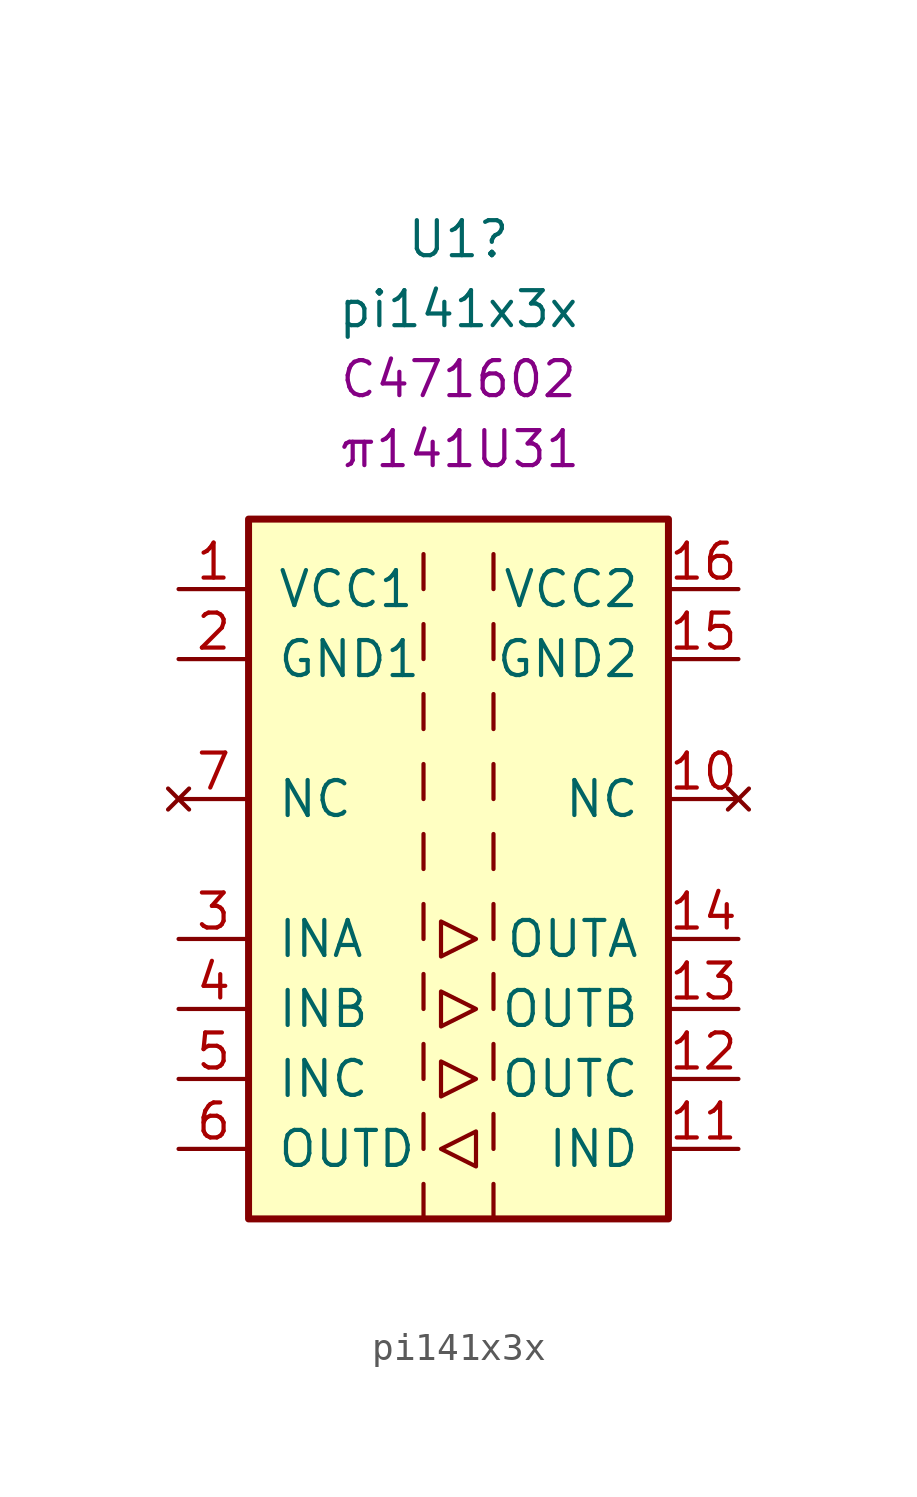
<source format=kicad_sym>
(kicad_symbol_lib
  (version 20211014)
  (generator kicad_symbol_editor)
  (symbol "pi141x3x"
    (pin_names
      (offset 1.016))
    (property "Reference" "U1"
      (at 0 22.86 0)
      (effects (font (size 1.27 1.27))))
    (property "Value" "pi141x3x"
      (at 0 20.32 0)
      (effects (font (size 1.27 1.27))))
    (property "LCSC" "C471602"
      (at 0 17.78 0)
      (effects (font (size 1.27 1.27))))
    (property "MPN" "π141U31"
      (at 0 15.24 0)
      (effects (font (size 1.27 1.27))))
    (symbol "pi141x3x_0_1"
      (rectangle (start -7.62 12.7) (end 7.62 -12.7) (stroke (width 0.254) (type default) (color 0 0 0 0)) (fill (type background)))
      (polyline (pts (xy -1.27 -11.43) (xy -1.27 -12.7)) (stroke (width 0) (type default) (color 0 0 0 0)) (fill (type none)))
      (polyline (pts (xy -1.27 -8.89) (xy -1.27 -10.16)) (stroke (width 0) (type default) (color 0 0 0 0)) (fill (type none)))
      (polyline (pts (xy -1.27 -6.35) (xy -1.27 -7.62)) (stroke (width 0) (type default) (color 0 0 0 0)) (fill (type none)))
      (polyline (pts (xy -1.27 -3.81) (xy -1.27 -5.08)) (stroke (width 0) (type default) (color 0 0 0 0)) (fill (type none)))
      (polyline (pts (xy -1.27 -1.27) (xy -1.27 -2.54)) (stroke (width 0) (type default) (color 0 0 0 0)) (fill (type none)))
      (polyline (pts (xy -1.27 1.27) (xy -1.27 0)) (stroke (width 0) (type default) (color 0 0 0 0)) (fill (type none)))
      (polyline (pts (xy -1.27 3.81) (xy -1.27 2.54)) (stroke (width 0) (type default) (color 0 0 0 0)) (fill (type none)))
      (polyline (pts (xy -1.27 6.35) (xy -1.27 5.08)) (stroke (width 0) (type default) (color 0 0 0 0)) (fill (type none)))
      (polyline (pts (xy -1.27 8.89) (xy -1.27 7.62)) (stroke (width 0) (type default) (color 0 0 0 0)) (fill (type none)))
      (polyline (pts (xy -1.27 11.43) (xy -1.27 10.16)) (stroke (width 0) (type default) (color 0 0 0 0)) (fill (type none)))
      (polyline (pts (xy 1.27 -11.43) (xy 1.27 -12.7)) (stroke (width 0) (type default) (color 0 0 0 0)) (fill (type none)))
      (polyline (pts (xy 1.27 -8.89) (xy 1.27 -10.16)) (stroke (width 0) (type default) (color 0 0 0 0)) (fill (type none)))
      (polyline (pts (xy 1.27 -6.35) (xy 1.27 -7.62)) (stroke (width 0) (type default) (color 0 0 0 0)) (fill (type none)))
      (polyline (pts (xy 1.27 -3.81) (xy 1.27 -5.08)) (stroke (width 0) (type default) (color 0 0 0 0)) (fill (type none)))
      (polyline (pts (xy 1.27 -1.27) (xy 1.27 -2.54)) (stroke (width 0) (type default) (color 0 0 0 0)) (fill (type none)))
      (polyline (pts (xy 1.27 1.27) (xy 1.27 0)) (stroke (width 0) (type default) (color 0 0 0 0)) (fill (type none)))
      (polyline (pts (xy 1.27 3.81) (xy 1.27 2.54)) (stroke (width 0) (type default) (color 0 0 0 0)) (fill (type none)))
      (polyline (pts (xy 1.27 6.35) (xy 1.27 5.08)) (stroke (width 0) (type default) (color 0 0 0 0)) (fill (type none)))
      (polyline (pts (xy 1.27 8.89) (xy 1.27 7.62)) (stroke (width 0) (type default) (color 0 0 0 0)) (fill (type none)))
      (polyline (pts (xy 1.27 11.43) (xy 1.27 10.16)) (stroke (width 0) (type default) (color 0 0 0 0)) (fill (type none)))
      (polyline (pts (xy -0.635 -10.16) (xy 0.635 -9.525) (xy 0.635 -10.795) (xy -0.635 -10.16)) (stroke (width 0) (type default) (color 0 0 0 0)) (fill (type none)))
      (polyline (pts (xy -0.635 -6.985) (xy -0.635 -8.255) (xy 0.635 -7.62) (xy -0.635 -6.985)) (stroke (width 0) (type default) (color 0 0 0 0)) (fill (type none)))
      (polyline (pts (xy -0.635 -4.445) (xy -0.635 -5.715) (xy 0.635 -5.08) (xy -0.635 -4.445)) (stroke (width 0) (type default) (color 0 0 0 0)) (fill (type none)))
      (polyline (pts (xy -0.635 -1.905) (xy -0.635 -3.175) (xy 0.635 -2.54) (xy -0.635 -1.905)) (stroke (width 0) (type default) (color 0 0 0 0)) (fill (type none))))
    (symbol "pi141x3x_1_1"
      (pin power_in line (at -10.16 10.16 0) (length 2.54) (name "VCC1" (effects (font (size 1.27 1.27)))) (number "1" (effects (font (size 1.27 1.27)))))
      (pin no_connect line (at 10.16 2.54 180) (length 2.54) (name "NC" (effects (font (size 1.27 1.27)))) (number "10" (effects (font (size 1.27 1.27)))))
      (pin input line (at 10.16 -10.16 180) (length 2.54) (name "IND" (effects (font (size 1.27 1.27)))) (number "11" (effects (font (size 1.27 1.27)))))
      (pin output line (at 10.16 -7.62 180) (length 2.54) (name "OUTC" (effects (font (size 1.27 1.27)))) (number "12" (effects (font (size 1.27 1.27)))))
      (pin output line (at 10.16 -5.08 180) (length 2.54) (name "OUTB" (effects (font (size 1.27 1.27)))) (number "13" (effects (font (size 1.27 1.27)))))
      (pin output line (at 10.16 -2.54 180) (length 2.54) (name "OUTA" (effects (font (size 1.27 1.27)))) (number "14" (effects (font (size 1.27 1.27)))))
      (pin power_in line (at 10.16 7.62 180) (length 2.54) (name "GND2" (effects (font (size 1.27 1.27)))) (number "15" (effects (font (size 1.27 1.27)))))
      (pin power_in line (at 10.16 10.16 180) (length 2.54) (name "VCC2" (effects (font (size 1.27 1.27)))) (number "16" (effects (font (size 1.27 1.27)))))
      (pin power_in line (at -10.16 7.62 0) (length 2.54) (name "GND1" (effects (font (size 1.27 1.27)))) (number "2" (effects (font (size 1.27 1.27)))))
      (pin input line (at -10.16 -2.54 0) (length 2.54) (name "INA" (effects (font (size 1.27 1.27)))) (number "3" (effects (font (size 1.27 1.27)))))
      (pin input line (at -10.16 -5.08 0) (length 2.54) (name "INB" (effects (font (size 1.27 1.27)))) (number "4" (effects (font (size 1.27 1.27)))))
      (pin input line (at -10.16 -7.62 0) (length 2.54) (name "INC" (effects (font (size 1.27 1.27)))) (number "5" (effects (font (size 1.27 1.27)))))
      (pin output line (at -10.16 -10.16 0) (length 2.54) (name "OUTD" (effects (font (size 1.27 1.27)))) (number "6" (effects (font (size 1.27 1.27)))))
      (pin no_connect line (at -10.16 2.54 0) (length 2.54) (name "NC" (effects (font (size 1.27 1.27)))) (number "7" (effects (font (size 1.27 1.27)))))
      (pin passive line (at -10.16 7.62 0) (length 2.54) hide (name "GND1" (effects (font (size 1.27 1.27)))) (number "8" (effects (font (size 1.27 1.27)))))
      (pin passive line (at 10.16 7.62 180) (length 2.54) hide (name "GND2" (effects (font (size 1.27 1.27)))) (number "9" (effects (font (size 1.27 1.27))))))))
</source>
